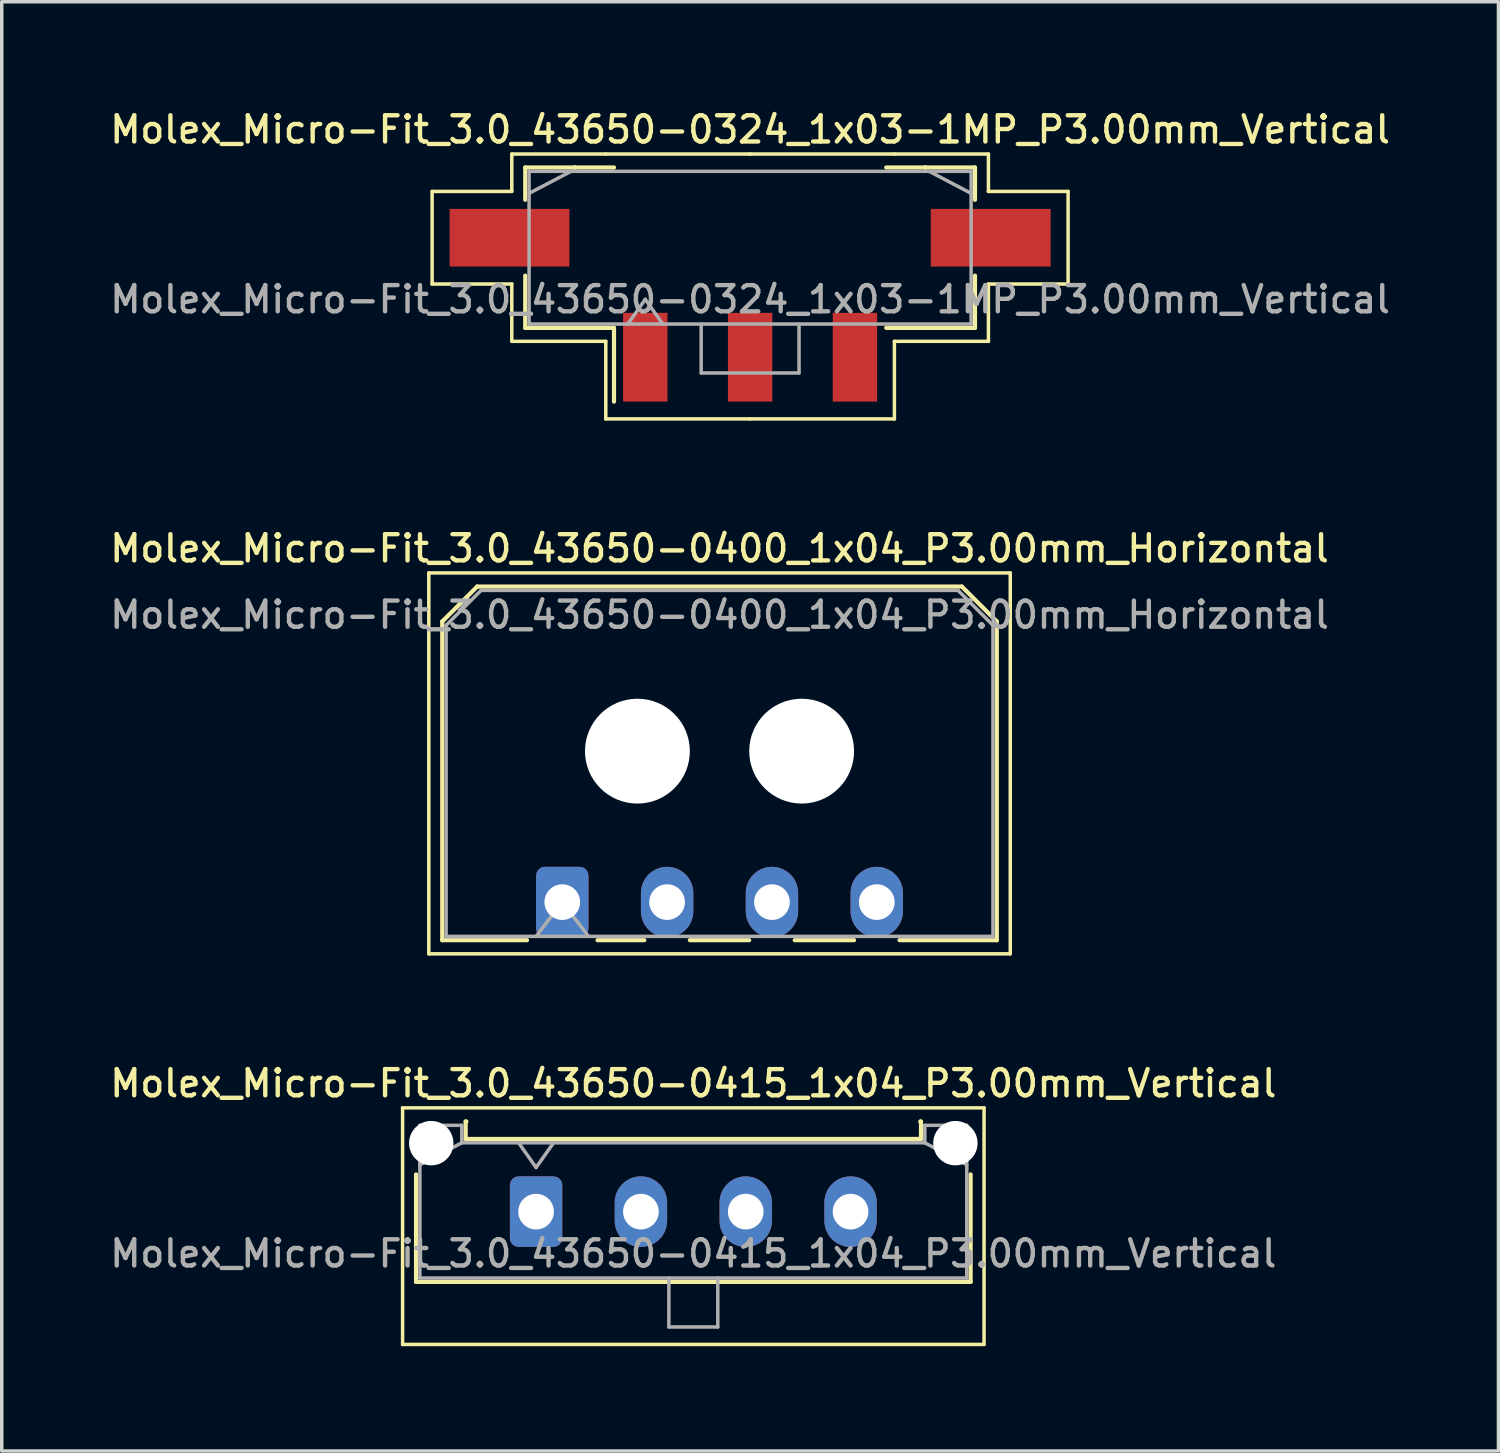
<source format=kicad_pcb>
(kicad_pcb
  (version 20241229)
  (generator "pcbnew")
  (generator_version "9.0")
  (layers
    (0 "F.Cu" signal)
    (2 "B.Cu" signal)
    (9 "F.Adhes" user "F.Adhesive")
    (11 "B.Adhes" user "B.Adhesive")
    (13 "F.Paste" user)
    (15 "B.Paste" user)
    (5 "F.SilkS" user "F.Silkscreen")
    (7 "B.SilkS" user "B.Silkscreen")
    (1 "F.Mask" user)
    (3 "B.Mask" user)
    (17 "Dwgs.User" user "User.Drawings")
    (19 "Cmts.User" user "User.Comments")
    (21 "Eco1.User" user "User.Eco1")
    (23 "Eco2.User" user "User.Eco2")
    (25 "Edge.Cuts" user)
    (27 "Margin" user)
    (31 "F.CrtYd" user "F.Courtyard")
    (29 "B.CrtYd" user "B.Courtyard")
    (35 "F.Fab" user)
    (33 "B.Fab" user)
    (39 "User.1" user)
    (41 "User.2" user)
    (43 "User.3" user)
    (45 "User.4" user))
  (footprint "Molex_Micro-Fit_3.0_43650-0400_1x04_P3.00mm_Horizontal"
    (layer "F.Cu")
    (at 13.041 22.766)
    (property "Reference" "Molex_Micro-Fit_3.0_43650-0400_1x04_P3.00mm_Horizontal" (at 4.5 -10.12 0) (layer "F.SilkS") (effects (font (size 0.75 0.75) (thickness 0.125))))
    (attr through_hole)
    (fp_line (start -3.82 -9.42) (end 12.82 -9.42) (stroke (width 0.1) (type solid)) (layer "F.SilkS"))
    (fp_line (start -3.82 1.48) (end -3.82 -9.42) (stroke (width 0.1) (type solid)) (layer "F.SilkS"))
    (fp_line (start -3.435 -8.03) (end -2.435 -9.03) (stroke (width 0.12) (type solid)) (layer "F.SilkS"))
    (fp_line (start -3.435 1.09) (end -3.435 -8.03) (stroke (width 0.12) (type solid)) (layer "F.SilkS"))
    (fp_line (start -3.435 1.09) (end -1.01 1.09) (stroke (width 0.12) (type solid)) (layer "F.SilkS"))
    (fp_line (start -2.435 -9.03) (end 11.435 -9.03) (stroke (width 0.12) (type solid)) (layer "F.SilkS"))
    (fp_line (start 1.01 1.09) (end 2.348 1.09) (stroke (width 0.12) (type solid)) (layer "F.SilkS"))
    (fp_line (start 3.652 1.09) (end 5.348 1.09) (stroke (width 0.12) (type solid)) (layer "F.SilkS"))
    (fp_line (start 6.652 1.09) (end 8.348 1.09) (stroke (width 0.12) (type solid)) (layer "F.SilkS"))
    (fp_line (start 11.435 -9.03) (end 12.435 -8.03) (stroke (width 0.12) (type solid)) (layer "F.SilkS"))
    (fp_line (start 12.435 -8.03) (end 12.435 1.09) (stroke (width 0.12) (type solid)) (layer "F.SilkS"))
    (fp_line (start 12.435 1.09) (end 9.652 1.09) (stroke (width 0.12) (type solid)) (layer "F.SilkS"))
    (fp_line (start 12.82 -9.42) (end 12.82 1.48) (stroke (width 0.1) (type solid)) (layer "F.SilkS"))
    (fp_line (start 12.82 1.48) (end -3.82 1.48) (stroke (width 0.1) (type solid)) (layer "F.SilkS"))
    (fp_line (start -3.325 -7.92) (end -2.325 -8.92) (stroke (width 0.1) (type solid)) (layer "F.Fab"))
    (fp_line (start -3.325 0.98) (end -3.325 -7.92) (stroke (width 0.1) (type solid)) (layer "F.Fab"))
    (fp_line (start -2.325 -8.92) (end 11.325 -8.92) (stroke (width 0.1) (type solid)) (layer "F.Fab"))
    (fp_line (start -0.75 0.98) (end 0 0) (stroke (width 0.1) (type solid)) (layer "F.Fab"))
    (fp_line (start 0 0) (end 0.75 0.98) (stroke (width 0.1) (type solid)) (layer "F.Fab"))
    (fp_line (start 11.325 -8.92) (end 12.325 -7.92) (stroke (width 0.1) (type solid)) (layer "F.Fab"))
    (fp_line (start 12.325 -7.92) (end 12.325 0.98) (stroke (width 0.1) (type solid)) (layer "F.Fab"))
    (fp_line (start 12.325 0.98) (end -3.325 0.98) (stroke (width 0.1) (type solid)) (layer "F.Fab"))
    (fp_text user "${REFERENCE}" (at 4.5 -8.22 0) (layer "F.Fab") (effects (font (size 0.75 0.75) (thickness 0.125))))
    (pad "" np_thru_hole circle (at 2.15 -4.32) (size 3 3) (drill 3) (layers "*.Cu" "*.Mask"))
    (pad "" np_thru_hole circle (at 6.85 -4.32) (size 3 3) (drill 3) (layers "*.Cu" "*.Mask"))
    (pad "1" thru_hole roundrect (at 0 0) (size 1.5 2.02) (drill 1.02) (layers "*.Cu" "*.Mask") (roundrect_rratio 0.167))
    (pad "2" thru_hole oval (at 3 0) (size 1.5 2.02) (drill 1.02) (layers "*.Cu" "*.Mask"))
    (pad "3" thru_hole oval (at 6 0) (size 1.5 2.02) (drill 1.02) (layers "*.Cu" "*.Mask"))
    (pad "4" thru_hole oval (at 9 0) (size 1.5 2.02) (drill 1.02) (layers "*.Cu" "*.Mask")))
  (footprint "Molex_Micro-Fit_3.0_43650-0324_1x03-1MP_P3.00mm_Vertical"
    (layer "F.Cu")
    (at 18.416 4.038)
    (property "Reference" "Molex_Micro-Fit_3.0_43650-0324_1x03-1MP_P3.00mm_Vertical" (at 0 -3.38 0) (layer "F.SilkS") (effects (font (size 0.75 0.75) (thickness 0.125))))
    (attr smd)
    (fp_line (start -9.1 -1.61) (end -9.1 1.04) (stroke (width 0.1) (type solid)) (layer "F.SilkS"))
    (fp_line (start -9.1 1.04) (end -6.82 1.04) (stroke (width 0.1) (type solid)) (layer "F.SilkS"))
    (fp_line (start -6.82 -2.68) (end -6.82 -1.61) (stroke (width 0.1) (type solid)) (layer "F.SilkS"))
    (fp_line (start -6.82 -1.61) (end -9.1 -1.61) (stroke (width 0.1) (type solid)) (layer "F.SilkS"))
    (fp_line (start -6.82 1.04) (end -6.82 2.68) (stroke (width 0.1) (type solid)) (layer "F.SilkS"))
    (fp_line (start -6.82 2.68) (end -4.13 2.68) (stroke (width 0.1) (type solid)) (layer "F.SilkS"))
    (fp_line (start -6.435 -2.295) (end -5.015 -2.295) (stroke (width 0.12) (type solid)) (layer "F.SilkS"))
    (fp_line (start -6.435 -1.37) (end -6.435 -2.295) (stroke (width 0.12) (type solid)) (layer "F.SilkS"))
    (fp_line (start -6.435 0.8) (end -6.435 2.295) (stroke (width 0.12) (type solid)) (layer "F.SilkS"))
    (fp_line (start -6.435 2.295) (end -3.895 2.295) (stroke (width 0.12) (type solid)) (layer "F.SilkS"))
    (fp_line (start -5.015 -2.295) (end -5.015 -2.295) (stroke (width 0.12) (type solid)) (layer "F.SilkS"))
    (fp_line (start -5.015 -2.295) (end -3.895 -2.295) (stroke (width 0.12) (type solid)) (layer "F.SilkS"))
    (fp_line (start -4.13 -2.68) (end -6.82 -2.68) (stroke (width 0.1) (type solid)) (layer "F.SilkS"))
    (fp_line (start -4.13 2.68) (end -4.13 4.9) (stroke (width 0.1) (type solid)) (layer "F.SilkS"))
    (fp_line (start -4.13 4.9) (end 0 4.9) (stroke (width 0.1) (type solid)) (layer "F.SilkS"))
    (fp_line (start -3.895 2.295) (end -3.895 4.405) (stroke (width 0.12) (type solid)) (layer "F.SilkS"))
    (fp_line (start 0 -2.68) (end -4.13 -2.68) (stroke (width 0.1) (type solid)) (layer "F.SilkS"))
    (fp_line (start 0 -2.68) (end 4.13 -2.68) (stroke (width 0.1) (type solid)) (layer "F.SilkS"))
    (fp_line (start 4.13 -2.68) (end 6.82 -2.68) (stroke (width 0.1) (type solid)) (layer "F.SilkS"))
    (fp_line (start 4.13 2.68) (end 4.13 4.9) (stroke (width 0.1) (type solid)) (layer "F.SilkS"))
    (fp_line (start 4.13 4.9) (end 0 4.9) (stroke (width 0.1) (type solid)) (layer "F.SilkS"))
    (fp_line (start 5.015 -2.295) (end 3.895 -2.295) (stroke (width 0.12) (type solid)) (layer "F.SilkS"))
    (fp_line (start 5.015 -2.295) (end 5.015 -2.295) (stroke (width 0.12) (type solid)) (layer "F.SilkS"))
    (fp_line (start 6.435 -2.295) (end 5.015 -2.295) (stroke (width 0.12) (type solid)) (layer "F.SilkS"))
    (fp_line (start 6.435 -1.37) (end 6.435 -2.295) (stroke (width 0.12) (type solid)) (layer "F.SilkS"))
    (fp_line (start 6.435 0.8) (end 6.435 2.295) (stroke (width 0.12) (type solid)) (layer "F.SilkS"))
    (fp_line (start 6.435 2.295) (end 3.895 2.295) (stroke (width 0.12) (type solid)) (layer "F.SilkS"))
    (fp_line (start 6.82 -2.68) (end 6.82 -1.61) (stroke (width 0.1) (type solid)) (layer "F.SilkS"))
    (fp_line (start 6.82 -1.61) (end 9.1 -1.61) (stroke (width 0.1) (type solid)) (layer "F.SilkS"))
    (fp_line (start 6.82 1.04) (end 6.82 2.68) (stroke (width 0.1) (type solid)) (layer "F.SilkS"))
    (fp_line (start 6.82 2.68) (end 4.13 2.68) (stroke (width 0.1) (type solid)) (layer "F.SilkS"))
    (fp_line (start 9.1 -1.61) (end 9.1 1.04) (stroke (width 0.1) (type solid)) (layer "F.SilkS"))
    (fp_line (start 9.1 1.04) (end 6.82 1.04) (stroke (width 0.1) (type solid)) (layer "F.SilkS"))
    (fp_line (start -6.325 -2.185) (end -6.325 2.185) (stroke (width 0.1) (type solid)) (layer "F.Fab"))
    (fp_line (start -6.325 -1.555) (end -5.125 -2.185) (stroke (width 0.1) (type solid)) (layer "F.Fab"))
    (fp_line (start -6.325 2.185) (end 6.325 2.185) (stroke (width 0.1) (type solid)) (layer "F.Fab"))
    (fp_line (start -5.125 -2.185) (end -6.325 -2.185) (stroke (width 0.1) (type solid)) (layer "F.Fab"))
    (fp_line (start -5.125 -2.185) (end -5.125 -2.185) (stroke (width 0.1) (type solid)) (layer "F.Fab"))
    (fp_line (start -3.5 2.185) (end -3 1.478) (stroke (width 0.1) (type solid)) (layer "F.Fab"))
    (fp_line (start -3 1.478) (end -2.5 2.185) (stroke (width 0.1) (type solid)) (layer "F.Fab"))
    (fp_line (start -1.4 2.185) (end -1.4 3.585) (stroke (width 0.1) (type solid)) (layer "F.Fab"))
    (fp_line (start -1.4 3.585) (end 1.4 3.585) (stroke (width 0.1) (type solid)) (layer "F.Fab"))
    (fp_line (start 1.4 3.585) (end 1.4 2.185) (stroke (width 0.1) (type solid)) (layer "F.Fab"))
    (fp_line (start 5.125 -2.185) (end -5.125 -2.185) (stroke (width 0.1) (type solid)) (layer "F.Fab"))
    (fp_line (start 5.125 -2.185) (end 5.125 -2.185) (stroke (width 0.1) (type solid)) (layer "F.Fab"))
    (fp_line (start 6.325 -2.185) (end 5.125 -2.185) (stroke (width 0.1) (type solid)) (layer "F.Fab"))
    (fp_line (start 6.325 -1.555) (end 5.125 -2.185) (stroke (width 0.1) (type solid)) (layer "F.Fab"))
    (fp_line (start 6.325 2.185) (end 6.325 -2.185) (stroke (width 0.1) (type solid)) (layer "F.Fab"))
    (fp_text user "${REFERENCE}" (at 0 1.48 0) (layer "F.Fab") (effects (font (size 0.75 0.75) (thickness 0.125))))
    (pad "1" smd rect (at -3 3.135) (size 1.27 2.54) (layers "F.Cu" "F.Mask" "F.Paste"))
    (pad "2" smd rect (at 0 3.135) (size 1.27 2.54) (layers "F.Cu" "F.Mask" "F.Paste"))
    (pad "3" smd rect (at 3 3.135) (size 1.27 2.54) (layers "F.Cu" "F.Mask" "F.Paste"))
    (pad "MP" smd rect (at -6.885 -0.285) (size 3.43 1.65) (layers "F.Cu" "F.Mask" "F.Paste"))
    (pad "MP" smd rect (at 6.885 -0.285) (size 3.43 1.65) (layers "F.Cu" "F.Mask" "F.Paste")))
  (footprint "Molex_Micro-Fit_3.0_43650-0415_1x04_P3.00mm_Vertical"
    (layer "F.Cu")
    (at 12.291 31.624)
    (property "Reference" "Molex_Micro-Fit_3.0_43650-0415_1x04_P3.00mm_Vertical" (at 4.5 -3.67 0) (layer "F.SilkS") (effects (font (size 0.75 0.75) (thickness 0.125))))
    (attr through_hole)
    (fp_line (start -3.82 -2.97) (end 12.82 -2.97) (stroke (width 0.1) (type solid)) (layer "F.SilkS"))
    (fp_line (start -3.82 3.8) (end -3.82 -2.97) (stroke (width 0.1) (type solid)) (layer "F.SilkS"))
    (fp_line (start -3.435 -1.065) (end -3.435 2.01) (stroke (width 0.12) (type solid)) (layer "F.SilkS"))
    (fp_line (start -3.435 2.01) (end 12.435 2.01) (stroke (width 0.12) (type solid)) (layer "F.SilkS"))
    (fp_line (start -2.015 -2.58) (end -2.015 -2.08) (stroke (width 0.12) (type solid)) (layer "F.SilkS"))
    (fp_line (start -2.015 -2.08) (end 11.015 -2.08) (stroke (width 0.12) (type solid)) (layer "F.SilkS"))
    (fp_line (start -1.995 -2.58) (end -2.015 -2.58) (stroke (width 0.12) (type solid)) (layer "F.SilkS"))
    (fp_line (start 11.015 -2.58) (end 10.995 -2.58) (stroke (width 0.12) (type solid)) (layer "F.SilkS"))
    (fp_line (start 11.015 -2.08) (end 11.015 -2.58) (stroke (width 0.12) (type solid)) (layer "F.SilkS"))
    (fp_line (start 12.435 2.01) (end 12.435 -1.065) (stroke (width 0.12) (type solid)) (layer "F.SilkS"))
    (fp_line (start 12.82 -2.97) (end 12.82 3.8) (stroke (width 0.1) (type solid)) (layer "F.SilkS"))
    (fp_line (start 12.82 3.8) (end -3.82 3.8) (stroke (width 0.1) (type solid)) (layer "F.SilkS"))
    (fp_line (start -3.325 -2.47) (end -3.325 1.9) (stroke (width 0.1) (type solid)) (layer "F.Fab"))
    (fp_line (start -3.325 -1.34) (end -2.125 -1.97) (stroke (width 0.1) (type solid)) (layer "F.Fab"))
    (fp_line (start -3.325 1.9) (end 12.325 1.9) (stroke (width 0.1) (type solid)) (layer "F.Fab"))
    (fp_line (start -2.125 -2.47) (end -3.325 -2.47) (stroke (width 0.1) (type solid)) (layer "F.Fab"))
    (fp_line (start -2.125 -1.97) (end -2.125 -2.47) (stroke (width 0.1) (type solid)) (layer "F.Fab"))
    (fp_line (start -0.5 -1.97) (end 0 -1.263) (stroke (width 0.1) (type solid)) (layer "F.Fab"))
    (fp_line (start 0 -1.263) (end 0.5 -1.97) (stroke (width 0.1) (type solid)) (layer "F.Fab"))
    (fp_line (start 3.8 1.9) (end 3.8 3.3) (stroke (width 0.1) (type solid)) (layer "F.Fab"))
    (fp_line (start 3.8 3.3) (end 5.2 3.3) (stroke (width 0.1) (type solid)) (layer "F.Fab"))
    (fp_line (start 5.2 3.3) (end 5.2 1.9) (stroke (width 0.1) (type solid)) (layer "F.Fab"))
    (fp_line (start 11.125 -2.47) (end 11.125 -1.97) (stroke (width 0.1) (type solid)) (layer "F.Fab"))
    (fp_line (start 11.125 -1.97) (end -2.125 -1.97) (stroke (width 0.1) (type solid)) (layer "F.Fab"))
    (fp_line (start 12.325 -2.47) (end 11.125 -2.47) (stroke (width 0.1) (type solid)) (layer "F.Fab"))
    (fp_line (start 12.325 -1.34) (end 11.125 -1.97) (stroke (width 0.1) (type solid)) (layer "F.Fab"))
    (fp_line (start 12.325 1.9) (end 12.325 -2.47) (stroke (width 0.1) (type solid)) (layer "F.Fab"))
    (fp_text user "${REFERENCE}" (at 4.5 1.2 0) (layer "F.Fab") (effects (font (size 0.75 0.75) (thickness 0.125))))
    (pad "" np_thru_hole circle (at -3 -1.96) (size 1.27 1.27) (drill 1.27) (layers "*.Cu" "*.Mask"))
    (pad "" np_thru_hole circle (at 12 -1.96) (size 1.27 1.27) (drill 1.27) (layers "*.Cu" "*.Mask"))
    (pad "1" thru_hole roundrect (at 0 0) (size 1.5 2.02) (drill 1.02) (layers "*.Cu" "*.Mask") (roundrect_rratio 0.167))
    (pad "2" thru_hole oval (at 3 0) (size 1.5 2.02) (drill 1.02) (layers "*.Cu" "*.Mask"))
    (pad "3" thru_hole oval (at 6 0) (size 1.5 2.02) (drill 1.02) (layers "*.Cu" "*.Mask"))
    (pad "4" thru_hole oval (at 9 0) (size 1.5 2.02) (drill 1.02) (layers "*.Cu" "*.Mask")))
  (gr_rect
    (start -3 -3)
    (end 39.832 38.474)
    (stroke (width 0.1) (type default))
    (fill no)
    (layer "Edge.Cuts")))
</source>
